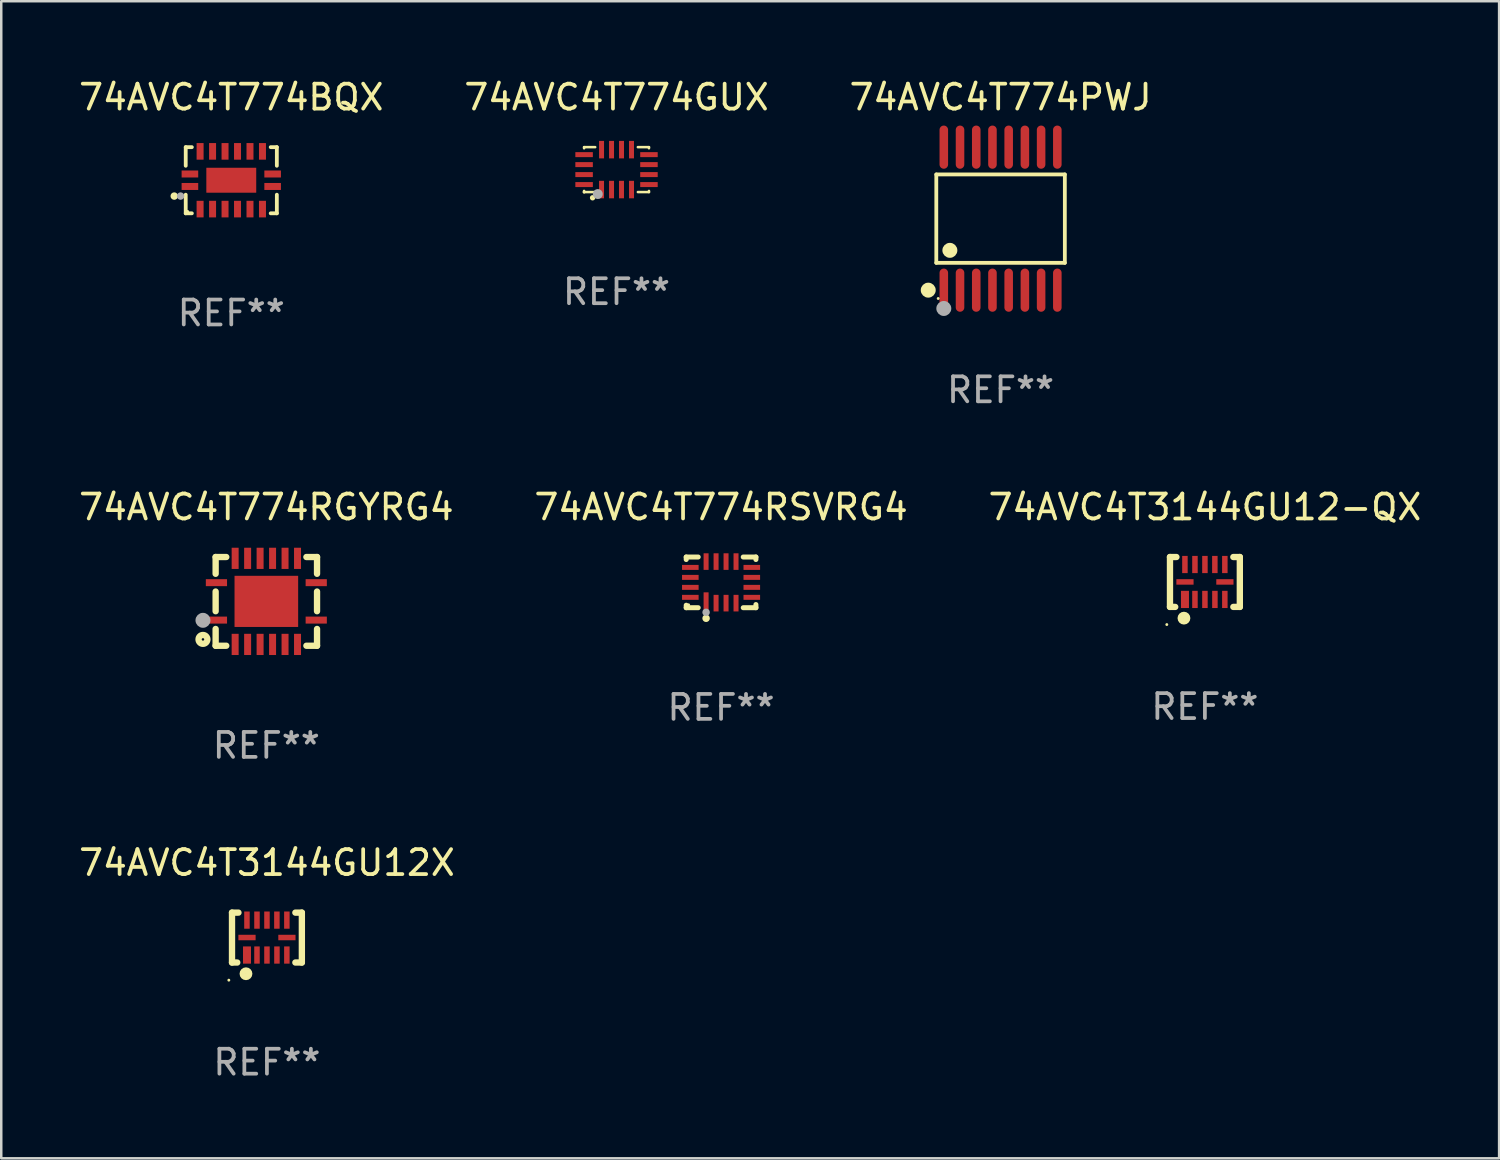
<source format=kicad_pcb>
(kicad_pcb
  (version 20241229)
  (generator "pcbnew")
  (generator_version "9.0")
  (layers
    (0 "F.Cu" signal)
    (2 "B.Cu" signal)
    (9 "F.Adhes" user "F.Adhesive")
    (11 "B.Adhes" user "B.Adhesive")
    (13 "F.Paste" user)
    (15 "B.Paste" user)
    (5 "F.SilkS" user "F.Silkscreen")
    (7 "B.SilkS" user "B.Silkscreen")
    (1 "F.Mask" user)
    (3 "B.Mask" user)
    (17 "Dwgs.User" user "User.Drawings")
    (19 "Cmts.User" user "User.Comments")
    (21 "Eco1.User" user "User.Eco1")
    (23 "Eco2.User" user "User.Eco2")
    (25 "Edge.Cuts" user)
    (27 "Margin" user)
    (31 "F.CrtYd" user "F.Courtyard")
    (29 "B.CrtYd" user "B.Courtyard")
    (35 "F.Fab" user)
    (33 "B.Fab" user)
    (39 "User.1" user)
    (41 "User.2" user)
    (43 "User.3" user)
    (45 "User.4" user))
  (footprint "74AVC4T774RGYRG4"
    (layer "F.Cu")
    (at 7.625 21.054)
    (property "Reference" "74AVC4T774RGYRG4" (at 0 -3.778 0) (layer "F.SilkS") (effects (font (size 1 1) (thickness 0.15))))
    (attr through_hole)
    (fp_line (start -2.032 -1.778) (end -2.032 -1.106) (stroke (width 0.254) (type solid)) (layer "F.SilkS"))
    (fp_line (start -2.032 -0.394) (end -2.032 0.394) (stroke (width 0.254) (type solid)) (layer "F.SilkS"))
    (fp_line (start -2.032 1.106) (end -2.032 1.778) (stroke (width 0.254) (type solid)) (layer "F.SilkS"))
    (fp_line (start -2.032 1.778) (end -1.606 1.778) (stroke (width 0.254) (type solid)) (layer "F.SilkS"))
    (fp_line (start -1.606 -1.778) (end -2.032 -1.778) (stroke (width 0.254) (type solid)) (layer "F.SilkS"))
    (fp_line (start 1.606 1.778) (end 2.032 1.778) (stroke (width 0.254) (type solid)) (layer "F.SilkS"))
    (fp_line (start 2.032 -1.778) (end 1.606 -1.778) (stroke (width 0.254) (type solid)) (layer "F.SilkS"))
    (fp_line (start 2.032 -1.106) (end 2.032 -1.778) (stroke (width 0.254) (type solid)) (layer "F.SilkS"))
    (fp_line (start 2.032 0.394) (end 2.032 -0.394) (stroke (width 0.254) (type solid)) (layer "F.SilkS"))
    (fp_line (start 2.032 1.778) (end 2.032 1.106) (stroke (width 0.254) (type solid)) (layer "F.SilkS"))
    (fp_circle (center -2.54 1.524) (end -2.363 1.524) (stroke (width 0.254) (type solid)) (fill no) (layer "F.SilkS"))
    (fp_circle (center -2.002 1.752) (end -1.952 1.752) (stroke (width 0.1) (type solid)) (fill no) (layer "F.SilkS"))
    (fp_circle (center -2.54 0.759) (end -2.39 0.759) (stroke (width 0.3) (type solid)) (fill no) (layer "F.Fab"))
    (fp_text user "REF**" (at 0 5.778 0) (layer "F.Fab") (effects (font (size 1 1) (thickness 0.15))))
    (pad "1" smd rect (at -2 0.75 90) (size 0.28 0.85) (layers "F.Cu" "F.Mask" "F.Paste"))
    (pad "2" smd rect (at -1.25 1.725 180) (size 0.28 0.85) (layers "F.Cu" "F.Mask" "F.Paste"))
    (pad "3" smd rect (at -0.75 1.725 180) (size 0.28 0.85) (layers "F.Cu" "F.Mask" "F.Paste"))
    (pad "4" smd rect (at -0.25 1.725 180) (size 0.28 0.85) (layers "F.Cu" "F.Mask" "F.Paste"))
    (pad "5" smd rect (at 0.25 1.725 180) (size 0.28 0.85) (layers "F.Cu" "F.Mask" "F.Paste"))
    (pad "6" smd rect (at 0.75 1.725 180) (size 0.28 0.85) (layers "F.Cu" "F.Mask" "F.Paste"))
    (pad "7" smd rect (at 1.25 1.725 180) (size 0.28 0.85) (layers "F.Cu" "F.Mask" "F.Paste"))
    (pad "8" smd rect (at 2 0.75 270) (size 0.28 0.85) (layers "F.Cu" "F.Mask" "F.Paste"))
    (pad "9" smd rect (at 2 -0.75 270) (size 0.28 0.85) (layers "F.Cu" "F.Mask" "F.Paste"))
    (pad "10" smd rect (at 1.25 -1.725) (size 0.28 0.85) (layers "F.Cu" "F.Mask" "F.Paste"))
    (pad "11" smd rect (at 0.75 -1.725) (size 0.28 0.85) (layers "F.Cu" "F.Mask" "F.Paste"))
    (pad "12" smd rect (at 0.25 -1.725) (size 0.28 0.85) (layers "F.Cu" "F.Mask" "F.Paste"))
    (pad "13" smd rect (at -0.25 -1.725) (size 0.28 0.85) (layers "F.Cu" "F.Mask" "F.Paste"))
    (pad "14" smd rect (at -0.75 -1.725) (size 0.28 0.85) (layers "F.Cu" "F.Mask" "F.Paste"))
    (pad "15" smd rect (at -1.25 -1.725) (size 0.28 0.85) (layers "F.Cu" "F.Mask" "F.Paste"))
    (pad "16" smd rect (at -2 -0.75 90) (size 0.28 0.85) (layers "F.Cu" "F.Mask" "F.Paste"))
    (pad "17" smd rect (at 0.000051 0 270) (size 2.05 2.55) (layers "F.Cu" "F.Mask" "F.Paste")))
  (footprint "74AVC4T774RSVRG4"
    (layer "F.Cu")
    (at 25.851 20.292)
    (property "Reference" "74AVC4T774RSVRG4" (at 0 -3.016 0) (layer "F.SilkS") (effects (font (size 1 1) (thickness 0.15))))
    (attr through_hole)
    (fp_line (start -1.397 -1.016) (end -1.397 -0.916) (stroke (width 0.2) (type solid)) (layer "F.SilkS"))
    (fp_line (start -1.397 0.916) (end -1.397 1.016) (stroke (width 0.2) (type solid)) (layer "F.SilkS"))
    (fp_line (start -1.397 1.016) (end -0.916 1.016) (stroke (width 0.2) (type solid)) (layer "F.SilkS"))
    (fp_line (start -0.916 -1.016) (end -1.397 -1.016) (stroke (width 0.2) (type solid)) (layer "F.SilkS"))
    (fp_line (start 0.889 -1.016) (end 1.397 -1.016) (stroke (width 0.2) (type solid)) (layer "F.SilkS"))
    (fp_line (start 1.397 -1.016) (end 1.397 -0.916) (stroke (width 0.2) (type solid)) (layer "F.SilkS"))
    (fp_line (start 1.397 0.889) (end 1.397 1.016) (stroke (width 0.2) (type solid)) (layer "F.SilkS"))
    (fp_line (start 1.397 1.016) (end 0.889 1.016) (stroke (width 0.2) (type solid)) (layer "F.SilkS"))
    (fp_circle (center -1.3 0.9) (end -1.27 0.9) (stroke (width 0.06) (type solid)) (fill no) (layer "F.SilkS"))
    (fp_circle (center -0.6 1.44) (end -0.525 1.44) (stroke (width 0.15) (type solid)) (fill no) (layer "F.SilkS"))
    (fp_circle (center -0.6 1.2) (end -0.525 1.2) (stroke (width 0.15) (type solid)) (fill no) (layer "F.Fab"))
    (fp_text user "REF**" (at 0 5.016 0) (layer "F.Fab") (effects (font (size 1 1) (thickness 0.15))))
    (pad "1" smd rect (at -0.6 0.782) (size 0.2 0.765) (layers "F.Cu" "F.Mask" "F.Paste"))
    (pad "2" smd rect (at -0.2 0.833) (size 0.2 0.665) (layers "F.Cu" "F.Mask" "F.Paste"))
    (pad "3" smd rect (at 0.2 0.833) (size 0.2 0.665) (layers "F.Cu" "F.Mask" "F.Paste"))
    (pad "4" smd rect (at 0.6 0.833) (size 0.2 0.665) (layers "F.Cu" "F.Mask" "F.Paste"))
    (pad "5" smd rect (at 1.232 0.6) (size 0.665 0.2) (layers "F.Cu" "F.Mask" "F.Paste"))
    (pad "6" smd rect (at 1.232 0.2) (size 0.665 0.2) (layers "F.Cu" "F.Mask" "F.Paste"))
    (pad "7" smd rect (at 1.232 -0.2) (size 0.665 0.2) (layers "F.Cu" "F.Mask" "F.Paste"))
    (pad "8" smd rect (at 1.232 -0.6) (size 0.665 0.2) (layers "F.Cu" "F.Mask" "F.Paste"))
    (pad "9" smd rect (at 0.6 -0.833) (size 0.2 0.665) (layers "F.Cu" "F.Mask" "F.Paste"))
    (pad "10" smd rect (at 0.2 -0.833) (size 0.2 0.665) (layers "F.Cu" "F.Mask" "F.Paste"))
    (pad "11" smd rect (at -0.2 -0.833) (size 0.2 0.665) (layers "F.Cu" "F.Mask" "F.Paste"))
    (pad "12" smd rect (at -0.6 -0.833) (size 0.2 0.665) (layers "F.Cu" "F.Mask" "F.Paste"))
    (pad "13" smd rect (at -1.232 -0.6) (size 0.665 0.2) (layers "F.Cu" "F.Mask" "F.Paste"))
    (pad "14" smd rect (at -1.232 -0.2) (size 0.665 0.2) (layers "F.Cu" "F.Mask" "F.Paste"))
    (pad "15" smd rect (at -1.232 0.2) (size 0.665 0.2) (layers "F.Cu" "F.Mask" "F.Paste"))
    (pad "16" smd rect (at -1.232 0.6) (size 0.665 0.2) (layers "F.Cu" "F.Mask" "F.Paste")))
  (footprint "74AVC4T774BQX"
    (layer "F.Cu")
    (at 6.22 4.174)
    (property "Reference" "74AVC4T774BQX" (at 0 -3.326 0) (layer "F.SilkS") (effects (font (size 1 1) (thickness 0.15))))
    (attr through_hole)
    (fp_line (start -1.826 -1.326) (end -1.58 -1.326) (stroke (width 0.152) (type solid)) (layer "F.SilkS"))
    (fp_line (start -1.826 -0.58) (end -1.826 -1.326) (stroke (width 0.152) (type solid)) (layer "F.SilkS"))
    (fp_line (start -1.826 0.58) (end -1.826 1.326) (stroke (width 0.152) (type solid)) (layer "F.SilkS"))
    (fp_line (start -1.826 1.326) (end -1.58 1.326) (stroke (width 0.152) (type solid)) (layer "F.SilkS"))
    (fp_line (start 1.826 -1.326) (end 1.58 -1.326) (stroke (width 0.152) (type solid)) (layer "F.SilkS"))
    (fp_line (start 1.826 -0.58) (end 1.826 -1.326) (stroke (width 0.152) (type solid)) (layer "F.SilkS"))
    (fp_line (start 1.826 0.58) (end 1.826 1.326) (stroke (width 0.152) (type solid)) (layer "F.SilkS"))
    (fp_line (start 1.826 1.326) (end 1.58 1.326) (stroke (width 0.152) (type solid)) (layer "F.SilkS"))
    (fp_circle (center -2.286 0.635) (end -2.211 0.635) (stroke (width 0.15) (type solid)) (fill no) (layer "F.SilkS"))
    (fp_circle (center -1.75 1.25) (end -1.72 1.25) (stroke (width 0.06) (type solid)) (fill no) (layer "F.SilkS"))
    (fp_circle (center -2.032 0.635) (end -1.957 0.635) (stroke (width 0.15) (type solid)) (fill no) (layer "F.Fab"))
    (fp_text user "REF**" (at 0 5.326 0) (layer "F.Fab") (effects (font (size 1 1) (thickness 0.15))))
    (pad "1" smd rect (at -1.658 0.25) (size 0.665 0.28) (layers "F.Cu" "F.Mask" "F.Paste"))
    (pad "2" smd rect (at -1.25 1.157) (size 0.28 0.665) (layers "F.Cu" "F.Mask" "F.Paste"))
    (pad "3" smd rect (at -0.75 1.157) (size 0.28 0.665) (layers "F.Cu" "F.Mask" "F.Paste"))
    (pad "4" smd rect (at -0.25 1.157) (size 0.28 0.665) (layers "F.Cu" "F.Mask" "F.Paste"))
    (pad "5" smd rect (at 0.25 1.157) (size 0.28 0.665) (layers "F.Cu" "F.Mask" "F.Paste"))
    (pad "6" smd rect (at 0.75 1.157) (size 0.28 0.665) (layers "F.Cu" "F.Mask" "F.Paste"))
    (pad "7" smd rect (at 1.25 1.157) (size 0.28 0.665) (layers "F.Cu" "F.Mask" "F.Paste"))
    (pad "8" smd rect (at 1.658 0.25) (size 0.665 0.28) (layers "F.Cu" "F.Mask" "F.Paste"))
    (pad "9" smd rect (at 1.658 -0.25) (size 0.665 0.28) (layers "F.Cu" "F.Mask" "F.Paste"))
    (pad "10" smd rect (at 1.25 -1.157) (size 0.28 0.665) (layers "F.Cu" "F.Mask" "F.Paste"))
    (pad "11" smd rect (at 0.75 -1.157) (size 0.28 0.665) (layers "F.Cu" "F.Mask" "F.Paste"))
    (pad "12" smd rect (at 0.25 -1.157) (size 0.28 0.665) (layers "F.Cu" "F.Mask" "F.Paste"))
    (pad "13" smd rect (at -0.25 -1.157) (size 0.28 0.665) (layers "F.Cu" "F.Mask" "F.Paste"))
    (pad "14" smd rect (at -0.75 -1.157) (size 0.28 0.665) (layers "F.Cu" "F.Mask" "F.Paste"))
    (pad "15" smd rect (at -1.25 -1.157) (size 0.28 0.665) (layers "F.Cu" "F.Mask" "F.Paste"))
    (pad "16" smd rect (at -1.658 -0.25) (size 0.665 0.28) (layers "F.Cu" "F.Mask" "F.Paste"))
    (pad "17" smd rect (at 0 0) (size 2 1) (layers "F.Cu" "F.Mask" "F.Paste")))
  (footprint "74AVC4T774GUX"
    (layer "F.Cu")
    (at 21.661 3.748)
    (property "Reference" "74AVC4T774GUX" (at 0 -2.9 0) (layer "F.SilkS") (effects (font (size 1 1) (thickness 0.15))))
    (attr through_hole)
    (fp_line (start -1.3 -0.9) (end -0.855 -0.9) (stroke (width 0.102) (type solid)) (layer "F.SilkS"))
    (fp_line (start -1.3 -0.855) (end -1.3 -0.9) (stroke (width 0.102) (type solid)) (layer "F.SilkS"))
    (fp_line (start -1.3 0.9) (end -1.3 0.854) (stroke (width 0.102) (type solid)) (layer "F.SilkS"))
    (fp_line (start -1.3 0.9) (end -0.855 0.9) (stroke (width 0.102) (type solid)) (layer "F.SilkS"))
    (fp_line (start 0.855 -0.9) (end 1.3 -0.9) (stroke (width 0.102) (type solid)) (layer "F.SilkS"))
    (fp_line (start 0.856 0.9) (end 1.3 0.9) (stroke (width 0.102) (type solid)) (layer "F.SilkS"))
    (fp_line (start 1.3 -0.9) (end 1.3 -0.855) (stroke (width 0.102) (type solid)) (layer "F.SilkS"))
    (fp_line (start 1.3 0.855) (end 1.3 0.9) (stroke (width 0.102) (type solid)) (layer "F.SilkS"))
    (fp_circle (center -1.3 0.9) (end -1.27 0.9) (stroke (width 0.06) (type solid)) (fill no) (layer "F.SilkS"))
    (fp_circle (center -0.96 1.13) (end -0.903 1.13) (stroke (width 0.102) (type solid)) (fill no) (layer "F.SilkS"))
    (fp_circle (center -0.75 0.98) (end -0.65 0.98) (stroke (width 0.2) (type solid)) (fill no) (layer "F.Fab"))
    (fp_text user "REF**" (at 0 4.9 0) (layer "F.Fab") (effects (font (size 1 1) (thickness 0.15))))
    (pad "1" smd rect (at -0.601 0.8 90) (size 0.701 0.2) (layers "F.Cu" "F.Mask" "F.Paste"))
    (pad "2" smd rect (at -0.2 0.8 90) (size 0.701 0.2) (layers "F.Cu" "F.Mask" "F.Paste"))
    (pad "3" smd rect (at 0.199 0.8 90) (size 0.701 0.2) (layers "F.Cu" "F.Mask" "F.Paste"))
    (pad "4" smd rect (at 0.601 0.8 90) (size 0.701 0.2) (layers "F.Cu" "F.Mask" "F.Paste"))
    (pad "5" smd rect (at 1.3 0.6 180) (size 0.701 0.2) (layers "F.Cu" "F.Mask" "F.Paste"))
    (pad "6" smd rect (at 1.3 0.2 180) (size 0.701 0.2) (layers "F.Cu" "F.Mask" "F.Paste"))
    (pad "7" smd rect (at 1.3 -0.2) (size 0.701 0.2) (layers "F.Cu" "F.Mask" "F.Paste"))
    (pad "8" smd rect (at 1.3 -0.6) (size 0.701 0.2) (layers "F.Cu" "F.Mask" "F.Paste"))
    (pad "9" smd rect (at 0.6 -0.8 90) (size 0.701 0.2) (layers "F.Cu" "F.Mask" "F.Paste"))
    (pad "10" smd rect (at 0.2 -0.8 90) (size 0.701 0.2) (layers "F.Cu" "F.Mask" "F.Paste"))
    (pad "11" smd rect (at -0.2 -0.8 90) (size 0.701 0.2) (layers "F.Cu" "F.Mask" "F.Paste"))
    (pad "12" smd rect (at -0.6 -0.8 90) (size 0.701 0.2) (layers "F.Cu" "F.Mask" "F.Paste"))
    (pad "13" smd rect (at -1.3 -0.6 180) (size 0.701 0.2) (layers "F.Cu" "F.Mask" "F.Paste"))
    (pad "14" smd rect (at -1.3 -0.2 180) (size 0.701 0.2) (layers "F.Cu" "F.Mask" "F.Paste"))
    (pad "15" smd rect (at -1.3 0.2) (size 0.701 0.2) (layers "F.Cu" "F.Mask" "F.Paste"))
    (pad "16" smd rect (at -1.3 0.6) (size 0.701 0.2) (layers "F.Cu" "F.Mask" "F.Paste")))
  (footprint "74AVC4T3144GU12-QX"
    (layer "F.Cu")
    (at 45.244 20.276)
    (property "Reference" "74AVC4T3144GU12-QX" (at 0 -3 0) (layer "F.SilkS") (effects (font (size 1 1) (thickness 0.15))))
    (attr through_hole)
    (fp_line (start -1.4 -1) (end -1.4 1) (stroke (width 0.254) (type solid)) (layer "F.SilkS"))
    (fp_line (start -1.4 -1) (end -1.142 -1) (stroke (width 0.254) (type solid)) (layer "F.SilkS"))
    (fp_line (start -1.19 1) (end -1.4 1) (stroke (width 0.254) (type solid)) (layer "F.SilkS"))
    (fp_line (start 1.14 -1) (end 1.4 -1) (stroke (width 0.254) (type solid)) (layer "F.SilkS"))
    (fp_line (start 1.4 -1) (end 1.4 1) (stroke (width 0.254) (type solid)) (layer "F.SilkS"))
    (fp_line (start 1.4 1) (end 1.14 1) (stroke (width 0.254) (type solid)) (layer "F.SilkS"))
    (fp_circle (center -1.527 1.707) (end -1.497 1.707) (stroke (width 0.06) (type solid)) (fill no) (layer "F.SilkS"))
    (fp_circle (center -0.84 1.45) (end -0.71 1.45) (stroke (width 0.254) (type solid)) (fill no) (layer "F.SilkS"))
    (fp_text user "REF**" (at 0 5 0) (layer "F.Fab") (effects (font (size 1 1) (thickness 0.15))))
    (pad "1" smd rect (at -0.799 0.7 90) (size 0.69 0.32) (layers "F.Cu" "F.Mask" "F.Paste"))
    (pad "2" smd rect (at -0.399 0.7 90) (size 0.69 0.22) (layers "F.Cu" "F.Mask" "F.Paste"))
    (pad "3" smd rect (at 0.001 0.7 90) (size 0.69 0.22) (layers "F.Cu" "F.Mask" "F.Paste"))
    (pad "4" smd rect (at 0.401 0.7 270) (size 0.69 0.22) (layers "F.Cu" "F.Mask" "F.Paste"))
    (pad "5" smd rect (at 0.799 0.7 270) (size 0.69 0.22) (layers "F.Cu" "F.Mask" "F.Paste"))
    (pad "6" smd rect (at 0.801 -0.002) (size 0.69 0.22) (layers "F.Cu" "F.Mask" "F.Paste"))
    (pad "7" smd rect (at 0.799 -0.7 270) (size 0.69 0.22) (layers "F.Cu" "F.Mask" "F.Paste"))
    (pad "8" smd rect (at 0.399 -0.7 270) (size 0.69 0.22) (layers "F.Cu" "F.Mask" "F.Paste"))
    (pad "9" smd rect (at 0.001 -0.7 270) (size 0.69 0.22) (layers "F.Cu" "F.Mask" "F.Paste"))
    (pad "10" smd rect (at -0.399 -0.7 270) (size 0.69 0.22) (layers "F.Cu" "F.Mask" "F.Paste"))
    (pad "11" smd rect (at -0.801 -0.7 270) (size 0.69 0.22) (layers "F.Cu" "F.Mask" "F.Paste"))
    (pad "12" smd rect (at -0.799 -0.002) (size 0.69 0.22) (layers "F.Cu" "F.Mask" "F.Paste")))
  (footprint "74AVC4T3144GU12X"
    (layer "F.Cu")
    (at 7.649 34.529)
    (property "Reference" "74AVC4T3144GU12X" (at 0 -3 0) (layer "F.SilkS") (effects (font (size 1 1) (thickness 0.15))))
    (attr through_hole)
    (fp_line (start -1.4 -1) (end -1.4 1) (stroke (width 0.254) (type solid)) (layer "F.SilkS"))
    (fp_line (start -1.4 -1) (end -1.142 -1) (stroke (width 0.254) (type solid)) (layer "F.SilkS"))
    (fp_line (start -1.19 1) (end -1.4 1) (stroke (width 0.254) (type solid)) (layer "F.SilkS"))
    (fp_line (start 1.14 -1) (end 1.4 -1) (stroke (width 0.254) (type solid)) (layer "F.SilkS"))
    (fp_line (start 1.4 -1) (end 1.4 1) (stroke (width 0.254) (type solid)) (layer "F.SilkS"))
    (fp_line (start 1.4 1) (end 1.14 1) (stroke (width 0.254) (type solid)) (layer "F.SilkS"))
    (fp_circle (center -1.527 1.707) (end -1.497 1.707) (stroke (width 0.06) (type solid)) (fill no) (layer "F.SilkS"))
    (fp_circle (center -0.84 1.45) (end -0.71 1.45) (stroke (width 0.254) (type solid)) (fill no) (layer "F.SilkS"))
    (fp_text user "REF**" (at 0 5 0) (layer "F.Fab") (effects (font (size 1 1) (thickness 0.15))))
    (pad "1" smd rect (at -0.799 0.7 90) (size 0.69 0.32) (layers "F.Cu" "F.Mask" "F.Paste"))
    (pad "2" smd rect (at -0.399 0.7 90) (size 0.69 0.22) (layers "F.Cu" "F.Mask" "F.Paste"))
    (pad "3" smd rect (at 0.001 0.7 90) (size 0.69 0.22) (layers "F.Cu" "F.Mask" "F.Paste"))
    (pad "4" smd rect (at 0.401 0.7 270) (size 0.69 0.22) (layers "F.Cu" "F.Mask" "F.Paste"))
    (pad "5" smd rect (at 0.799 0.7 270) (size 0.69 0.22) (layers "F.Cu" "F.Mask" "F.Paste"))
    (pad "6" smd rect (at 0.801 -0.002) (size 0.69 0.22) (layers "F.Cu" "F.Mask" "F.Paste"))
    (pad "7" smd rect (at 0.799 -0.7 270) (size 0.69 0.22) (layers "F.Cu" "F.Mask" "F.Paste"))
    (pad "8" smd rect (at 0.399 -0.7 270) (size 0.69 0.22) (layers "F.Cu" "F.Mask" "F.Paste"))
    (pad "9" smd rect (at 0.001 -0.7 270) (size 0.69 0.22) (layers "F.Cu" "F.Mask" "F.Paste"))
    (pad "10" smd rect (at -0.399 -0.7 270) (size 0.69 0.22) (layers "F.Cu" "F.Mask" "F.Paste"))
    (pad "11" smd rect (at -0.801 -0.7 270) (size 0.69 0.22) (layers "F.Cu" "F.Mask" "F.Paste"))
    (pad "12" smd rect (at -0.799 -0.002) (size 0.69 0.22) (layers "F.Cu" "F.Mask" "F.Paste")))
  (footprint "74AVC4T774PWJ"
    (layer "F.Cu")
    (at 37.054 5.714)
    (property "Reference" "74AVC4T774PWJ" (at 0 -4.866 0) (layer "F.SilkS") (effects (font (size 1 1) (thickness 0.15))))
    (attr through_hole)
    (fp_line (start -2.576 -1.772) (end 2.576 -1.772) (stroke (width 0.152) (type solid)) (layer "F.SilkS"))
    (fp_line (start -2.576 1.771) (end -2.576 -1.772) (stroke (width 0.152) (type solid)) (layer "F.SilkS"))
    (fp_line (start 2.576 -1.772) (end 2.576 1.771) (stroke (width 0.152) (type solid)) (layer "F.SilkS"))
    (fp_line (start 2.576 1.771) (end -2.576 1.771) (stroke (width 0.152) (type solid)) (layer "F.SilkS"))
    (fp_circle (center -2.899 2.866) (end -2.749 2.866) (stroke (width 0.3) (type solid)) (fill no) (layer "F.SilkS"))
    (fp_circle (center -2.5 3.2) (end -2.47 3.2) (stroke (width 0.06) (type solid)) (fill no) (layer "F.SilkS"))
    (fp_circle (center -2.032 1.27) (end -1.882 1.27) (stroke (width 0.3) (type solid)) (fill no) (layer "F.SilkS"))
    (fp_circle (center -2.275 3.6) (end -2.125 3.6) (stroke (width 0.3) (type solid)) (fill no) (layer "F.Fab"))
    (fp_text user "REF**" (at 0 6.866 0) (layer "F.Fab") (effects (font (size 1 1) (thickness 0.15))))
    (pad "1" smd oval (at -2.275 2.866) (size 0.343 1.731) (layers "F.Cu" "F.Mask" "F.Paste"))
    (pad "2" smd oval (at -1.625 2.866) (size 0.343 1.731) (layers "F.Cu" "F.Mask" "F.Paste"))
    (pad "3" smd oval (at -0.975 2.866) (size 0.343 1.731) (layers "F.Cu" "F.Mask" "F.Paste"))
    (pad "4" smd oval (at -0.325 2.866) (size 0.343 1.731) (layers "F.Cu" "F.Mask" "F.Paste"))
    (pad "5" smd oval (at 0.325 2.866) (size 0.343 1.731) (layers "F.Cu" "F.Mask" "F.Paste"))
    (pad "6" smd oval (at 0.975 2.866) (size 0.343 1.731) (layers "F.Cu" "F.Mask" "F.Paste"))
    (pad "7" smd oval (at 1.625 2.866) (size 0.343 1.731) (layers "F.Cu" "F.Mask" "F.Paste"))
    (pad "8" smd oval (at 2.275 2.866) (size 0.343 1.731) (layers "F.Cu" "F.Mask" "F.Paste"))
    (pad "9" smd oval (at 2.275 -2.866) (size 0.343 1.731) (layers "F.Cu" "F.Mask" "F.Paste"))
    (pad "10" smd oval (at 1.625 -2.866) (size 0.343 1.731) (layers "F.Cu" "F.Mask" "F.Paste"))
    (pad "11" smd oval (at 0.975 -2.866) (size 0.343 1.731) (layers "F.Cu" "F.Mask" "F.Paste"))
    (pad "12" smd oval (at 0.325 -2.866) (size 0.343 1.731) (layers "F.Cu" "F.Mask" "F.Paste"))
    (pad "13" smd oval (at -0.325 -2.866) (size 0.343 1.731) (layers "F.Cu" "F.Mask" "F.Paste"))
    (pad "14" smd oval (at -0.975 -2.866) (size 0.343 1.731) (layers "F.Cu" "F.Mask" "F.Paste"))
    (pad "15" smd oval (at -1.625 -2.866) (size 0.343 1.731) (layers "F.Cu" "F.Mask" "F.Paste"))
    (pad "16" smd oval (at -2.275 -2.866) (size 0.343 1.731) (layers "F.Cu" "F.Mask" "F.Paste")))
  (gr_rect
    (start -3 -3)
    (end 57.036 43.377)
    (stroke (width 0.1) (type default))
    (fill no)
    (layer "Edge.Cuts")))
</source>
